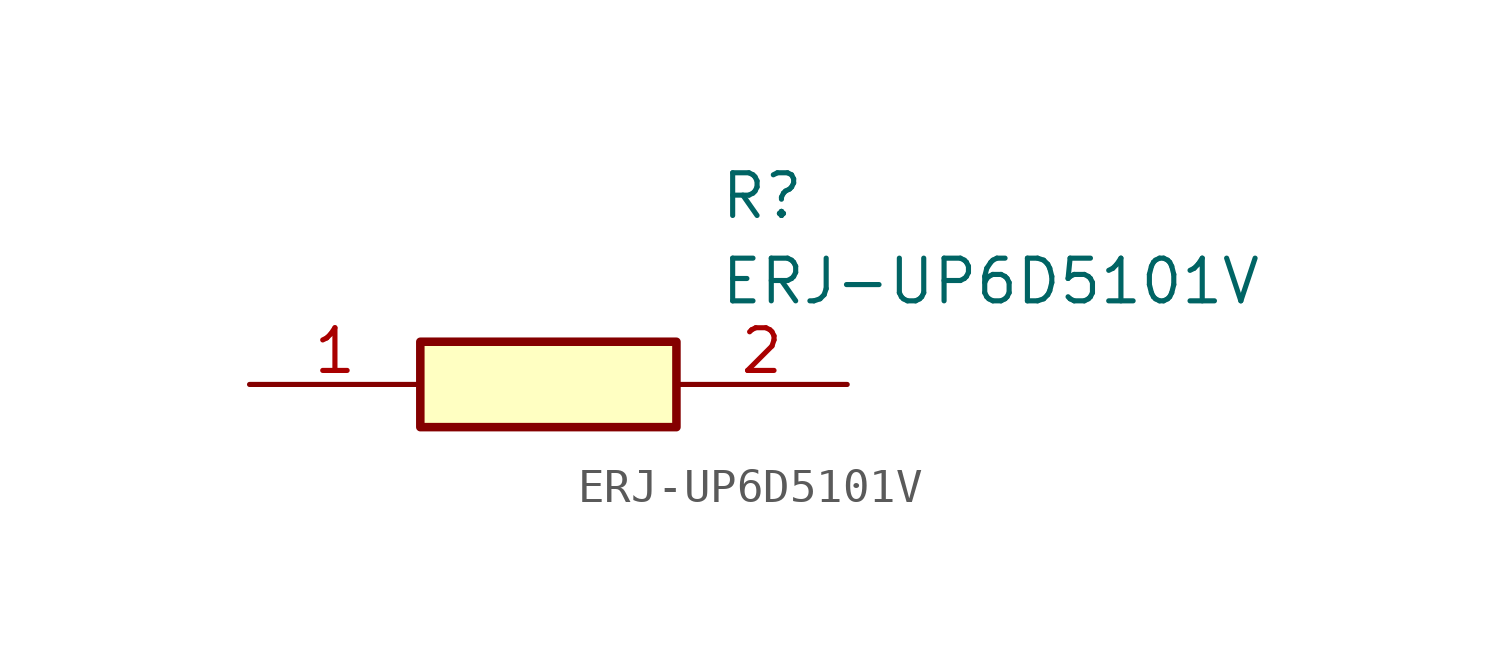
<source format=kicad_sym>
(kicad_symbol_lib
  (version 20211014)
  (generator SamacSys_ECAD_Model)
  (symbol "ERJ-UP6D5101V"
    (pin_names hide)
    (property "Reference" "R"
      (at 13.97 6.35 0)
      (effects (font (size 1.27 1.27)) (justify left top)))
    (property "Value" "ERJ-UP6D5101V"
      (at 13.97 3.81 0)
      (effects (font (size 1.27 1.27)) (justify left top)))
    (rectangle
      (start 5.08 1.27)
      (end 12.7 -1.27)
      (stroke (width 0.254) (type default))
      (fill (type background)))
    (pin passive line
      (at 0 0 0)
      (length 5.08)
      (name "1" (effects (font (size 1.27 1.27))))
      (number "1" (effects (font (size 1.27 1.27)))))
    (pin passive line
      (at 17.78 0 180)
      (length 5.08)
      (name "2" (effects (font (size 1.27 1.27))))
      (number "2" (effects (font (size 1.27 1.27)))))))
</source>
